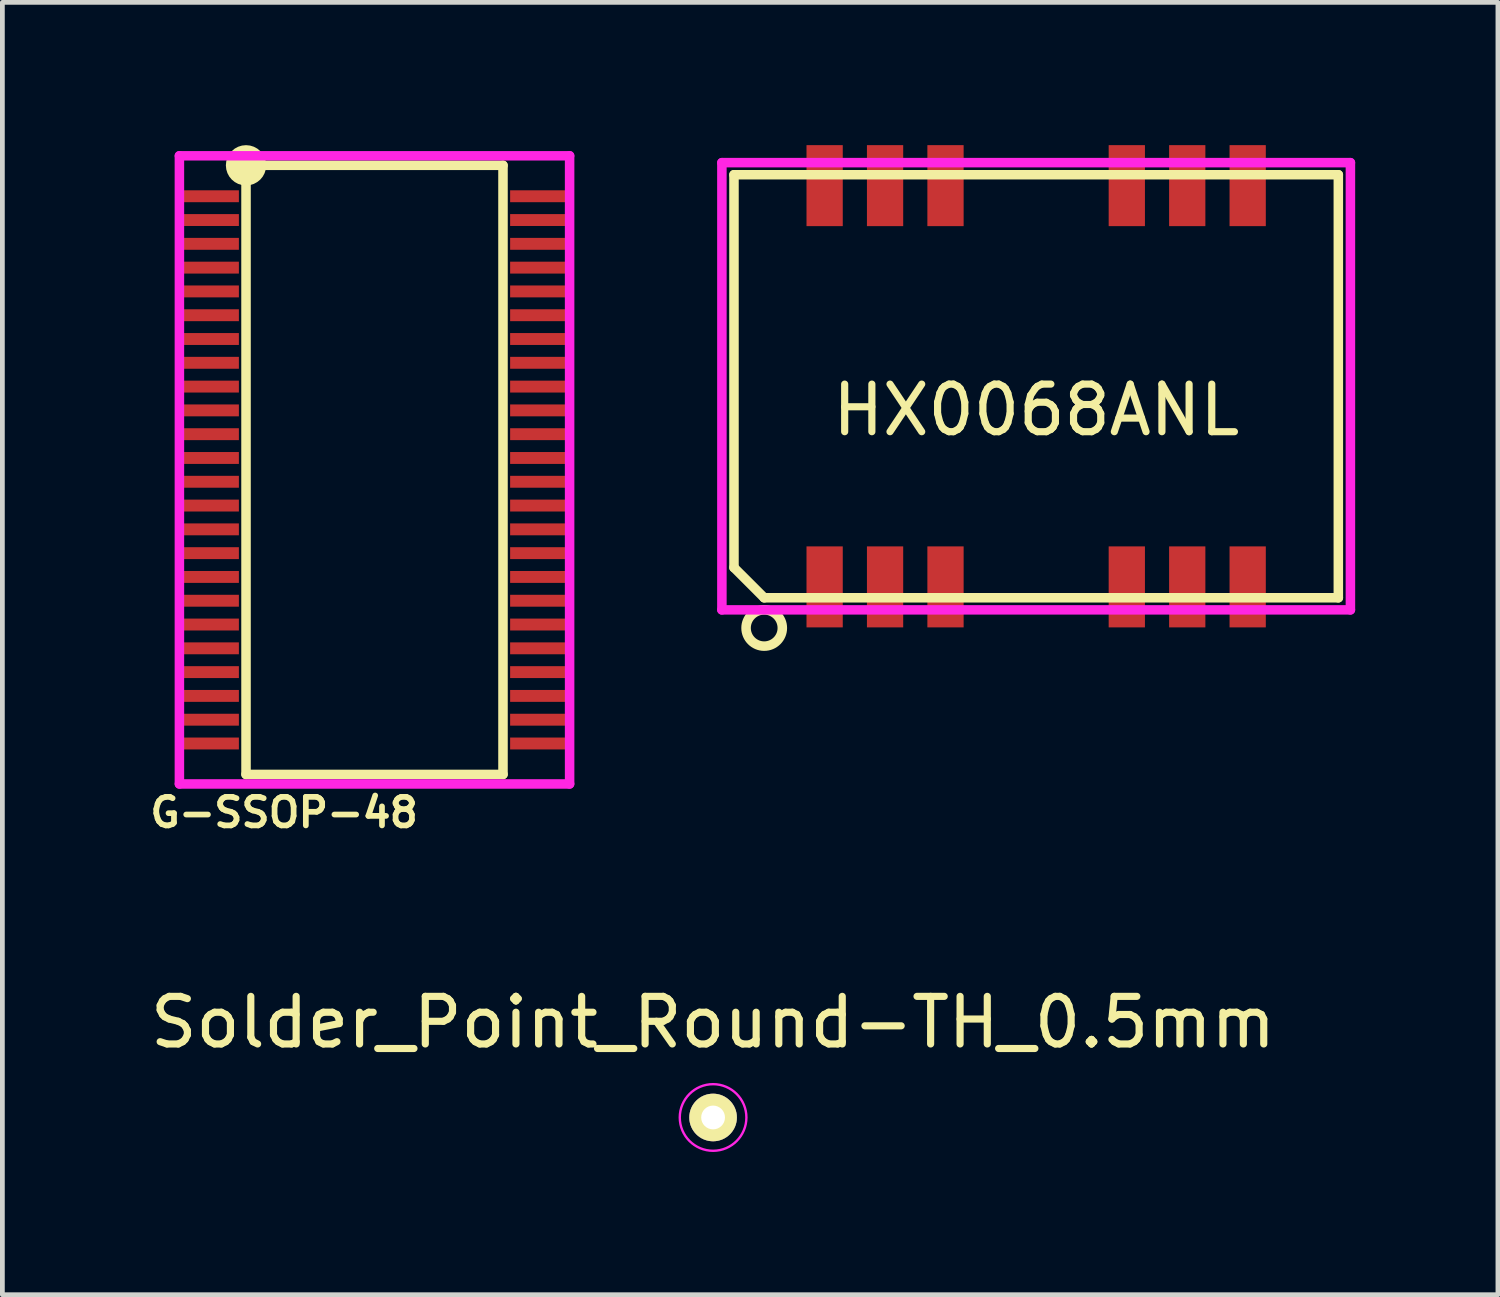
<source format=kicad_pcb>
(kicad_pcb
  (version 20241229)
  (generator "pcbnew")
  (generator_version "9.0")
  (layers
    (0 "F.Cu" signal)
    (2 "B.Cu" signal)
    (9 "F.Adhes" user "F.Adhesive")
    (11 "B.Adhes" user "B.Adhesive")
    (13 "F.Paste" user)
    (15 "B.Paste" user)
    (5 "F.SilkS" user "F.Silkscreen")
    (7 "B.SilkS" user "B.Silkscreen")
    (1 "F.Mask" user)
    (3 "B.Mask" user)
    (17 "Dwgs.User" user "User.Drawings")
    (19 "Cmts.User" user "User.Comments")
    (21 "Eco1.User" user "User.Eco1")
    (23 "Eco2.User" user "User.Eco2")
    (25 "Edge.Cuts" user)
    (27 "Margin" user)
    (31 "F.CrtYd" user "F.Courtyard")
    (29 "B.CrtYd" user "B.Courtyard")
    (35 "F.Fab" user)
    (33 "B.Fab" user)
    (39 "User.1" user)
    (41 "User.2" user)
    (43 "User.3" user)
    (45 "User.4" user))
  (footprint "G-SSOP-48"
    (layer "F.Cu")
    (at 4.82 6.824)
    (property "Reference" "G-SSOP-48" (at -1.9 7.2 0) (layer "F.SilkS") (effects (font (size 0.6 0.6) (thickness 0.12))))
    (attr through_hole)
    (fp_line (start -2.7 -6.4) (end 2.7 -6.4) (stroke (width 0.2) (type solid)) (layer "F.SilkS"))
    (fp_line (start -2.7 6.4) (end -2.7 -6.4) (stroke (width 0.2) (type solid)) (layer "F.SilkS"))
    (fp_line (start 2.7 -6.4) (end 2.7 6.4) (stroke (width 0.2) (type solid)) (layer "F.SilkS"))
    (fp_line (start 2.7 6.4) (end -2.7 6.4) (stroke (width 0.2) (type solid)) (layer "F.SilkS"))
    (fp_circle (center -2.7 -6.4) (end -2.9 -6.5) (stroke (width 0.4) (type solid)) (fill no) (layer "F.SilkS"))
    (fp_line (start -4.1 -6.6) (end 4.1 -6.6) (stroke (width 0.2) (type solid)) (layer "F.CrtYd"))
    (fp_line (start -4.1 6.6) (end -4.1 -6.6) (stroke (width 0.2) (type solid)) (layer "F.CrtYd"))
    (fp_line (start 4.1 -6.6) (end 4.1 6.6) (stroke (width 0.2) (type solid)) (layer "F.CrtYd"))
    (fp_line (start 4.1 6.6) (end -4.1 6.6) (stroke (width 0.2) (type solid)) (layer "F.CrtYd"))
    (pad "1" smd rect (at -3.475 -5.75) (size 1.25 0.25) (layers "F.Cu" "F.Mask" "F.Paste"))
    (pad "2" smd rect (at -3.475 -5.25) (size 1.25 0.25) (layers "F.Cu" "F.Mask" "F.Paste"))
    (pad "3" smd rect (at -3.475 -4.75) (size 1.25 0.25) (layers "F.Cu" "F.Mask" "F.Paste"))
    (pad "4" smd rect (at -3.475 -4.25) (size 1.25 0.25) (layers "F.Cu" "F.Mask" "F.Paste"))
    (pad "5" smd rect (at -3.475 -3.75) (size 1.25 0.25) (layers "F.Cu" "F.Mask" "F.Paste"))
    (pad "6" smd rect (at -3.475 -3.25) (size 1.25 0.25) (layers "F.Cu" "F.Mask" "F.Paste"))
    (pad "7" smd rect (at -3.475 -2.75) (size 1.25 0.25) (layers "F.Cu" "F.Mask" "F.Paste"))
    (pad "8" smd rect (at -3.475 -2.25) (size 1.25 0.25) (layers "F.Cu" "F.Mask" "F.Paste"))
    (pad "9" smd rect (at -3.475 -1.75) (size 1.25 0.25) (layers "F.Cu" "F.Mask" "F.Paste"))
    (pad "10" smd rect (at -3.475 -1.25) (size 1.25 0.25) (layers "F.Cu" "F.Mask" "F.Paste"))
    (pad "11" smd rect (at -3.475 -0.75) (size 1.25 0.25) (layers "F.Cu" "F.Mask" "F.Paste"))
    (pad "12" smd rect (at -3.475 -0.25) (size 1.25 0.25) (layers "F.Cu" "F.Mask" "F.Paste"))
    (pad "13" smd rect (at -3.475 0.25) (size 1.25 0.25) (layers "F.Cu" "F.Mask" "F.Paste"))
    (pad "14" smd rect (at -3.475 0.75) (size 1.25 0.25) (layers "F.Cu" "F.Mask" "F.Paste"))
    (pad "15" smd rect (at -3.475 1.25) (size 1.25 0.25) (layers "F.Cu" "F.Mask" "F.Paste"))
    (pad "16" smd rect (at -3.475 1.75) (size 1.25 0.25) (layers "F.Cu" "F.Mask" "F.Paste"))
    (pad "17" smd rect (at -3.475 2.25) (size 1.25 0.25) (layers "F.Cu" "F.Mask" "F.Paste"))
    (pad "18" smd rect (at -3.475 2.75) (size 1.25 0.25) (layers "F.Cu" "F.Mask" "F.Paste"))
    (pad "19" smd rect (at -3.475 3.25) (size 1.25 0.25) (layers "F.Cu" "F.Mask" "F.Paste"))
    (pad "20" smd rect (at -3.475 3.75) (size 1.25 0.25) (layers "F.Cu" "F.Mask" "F.Paste"))
    (pad "21" smd rect (at -3.475 4.25) (size 1.25 0.25) (layers "F.Cu" "F.Mask" "F.Paste"))
    (pad "22" smd rect (at -3.475 4.75) (size 1.25 0.25) (layers "F.Cu" "F.Mask" "F.Paste"))
    (pad "23" smd rect (at -3.475 5.25) (size 1.25 0.25) (layers "F.Cu" "F.Mask" "F.Paste"))
    (pad "24" smd rect (at -3.475 5.75) (size 1.25 0.25) (layers "F.Cu" "F.Mask" "F.Paste"))
    (pad "25" smd rect (at 3.475 5.75) (size 1.25 0.25) (layers "F.Cu" "F.Mask" "F.Paste"))
    (pad "26" smd rect (at 3.475 5.25) (size 1.25 0.25) (layers "F.Cu" "F.Mask" "F.Paste"))
    (pad "27" smd rect (at 3.475 4.75) (size 1.25 0.25) (layers "F.Cu" "F.Mask" "F.Paste"))
    (pad "28" smd rect (at 3.475 4.25) (size 1.25 0.25) (layers "F.Cu" "F.Mask" "F.Paste"))
    (pad "29" smd rect (at 3.475 3.75) (size 1.25 0.25) (layers "F.Cu" "F.Mask" "F.Paste"))
    (pad "30" smd rect (at 3.475 3.25) (size 1.25 0.25) (layers "F.Cu" "F.Mask" "F.Paste"))
    (pad "31" smd rect (at 3.475 2.75) (size 1.25 0.25) (layers "F.Cu" "F.Mask" "F.Paste"))
    (pad "32" smd rect (at 3.475 2.25) (size 1.25 0.25) (layers "F.Cu" "F.Mask" "F.Paste"))
    (pad "33" smd rect (at 3.475 1.75) (size 1.25 0.25) (layers "F.Cu" "F.Mask" "F.Paste"))
    (pad "34" smd rect (at 3.475 1.25) (size 1.25 0.25) (layers "F.Cu" "F.Mask" "F.Paste"))
    (pad "35" smd rect (at 3.475 0.75) (size 1.25 0.25) (layers "F.Cu" "F.Mask" "F.Paste"))
    (pad "36" smd rect (at 3.475 0.25) (size 1.25 0.25) (layers "F.Cu" "F.Mask" "F.Paste"))
    (pad "37" smd rect (at 3.475 -0.25) (size 1.25 0.25) (layers "F.Cu" "F.Mask" "F.Paste"))
    (pad "38" smd rect (at 3.475 -0.75) (size 1.25 0.25) (layers "F.Cu" "F.Mask" "F.Paste"))
    (pad "39" smd rect (at 3.475 -1.25) (size 1.25 0.25) (layers "F.Cu" "F.Mask" "F.Paste"))
    (pad "40" smd rect (at 3.475 -1.75) (size 1.25 0.25) (layers "F.Cu" "F.Mask" "F.Paste"))
    (pad "41" smd rect (at 3.475 -2.25) (size 1.25 0.25) (layers "F.Cu" "F.Mask" "F.Paste"))
    (pad "42" smd rect (at 3.475 -2.75) (size 1.25 0.25) (layers "F.Cu" "F.Mask" "F.Paste"))
    (pad "43" smd rect (at 3.475 -3.25) (size 1.25 0.25) (layers "F.Cu" "F.Mask" "F.Paste"))
    (pad "44" smd rect (at 3.475 -3.75) (size 1.25 0.25) (layers "F.Cu" "F.Mask" "F.Paste"))
    (pad "45" smd rect (at 3.475 -4.25) (size 1.25 0.25) (layers "F.Cu" "F.Mask" "F.Paste"))
    (pad "46" smd rect (at 3.475 -4.75) (size 1.25 0.25) (layers "F.Cu" "F.Mask" "F.Paste"))
    (pad "47" smd rect (at 3.475 -5.25) (size 1.25 0.25) (layers "F.Cu" "F.Mask" "F.Paste"))
    (pad "48" smd rect (at 3.475 -5.75) (size 1.25 0.25) (layers "F.Cu" "F.Mask" "F.Paste")))
  (footprint "Solder_Point_Round-TH_0.5mm"
    (layer "F.Cu")
    (at 11.935 20.433)
    (property "Reference" "Solder_Point_Round-TH_0.5mm" (at 0 -2 0) (layer "F.SilkS") (effects (font (size 1 1) (thickness 0.15))))
    (attr exclude_from_pos_files exclude_from_bom)
    (fp_circle (center 0 0) (end 0.7 0) (stroke (width 0.05) (type solid)) (fill no) (layer "F.CrtYd"))
    (pad "1" thru_hole circle (at 0 0) (size 1 1) (drill 0.5) (layers "*.Cu" "*.Mask" "F.SilkS")))
  (footprint "HX0068ANL"
    (layer "F.Cu")
    (at 18.724 5.067)
    (property "Reference" "HX0068ANL" (at 0 0.5 0) (layer "F.SilkS") (effects (font (size 1 1) (thickness 0.15))))
    (attr through_hole)
    (fp_line (start -6.35 -4.445) (end 6.35 -4.445) (stroke (width 0.2) (type solid)) (layer "F.SilkS"))
    (fp_line (start -6.35 3.81) (end -6.35 -4.445) (stroke (width 0.2) (type solid)) (layer "F.SilkS"))
    (fp_line (start -5.715 4.445) (end -6.35 3.81) (stroke (width 0.2) (type solid)) (layer "F.SilkS"))
    (fp_line (start 6.35 -4.445) (end 6.35 4.445) (stroke (width 0.2) (type solid)) (layer "F.SilkS"))
    (fp_line (start 6.35 4.445) (end -5.715 4.445) (stroke (width 0.2) (type solid)) (layer "F.SilkS"))
    (fp_circle (center -5.715 5.08) (end -6.096 5.08) (stroke (width 0.2) (type solid)) (fill no) (layer "F.SilkS"))
    (fp_line (start -6.604 -4.699) (end 6.604 -4.699) (stroke (width 0.2) (type solid)) (layer "F.CrtYd"))
    (fp_line (start -6.604 4.699) (end -6.604 -4.699) (stroke (width 0.2) (type solid)) (layer "F.CrtYd"))
    (fp_line (start 6.604 -4.699) (end 6.604 4.699) (stroke (width 0.2) (type solid)) (layer "F.CrtYd"))
    (fp_line (start 6.604 4.699) (end -6.604 4.699) (stroke (width 0.2) (type solid)) (layer "F.CrtYd"))
    (pad "1" smd rect (at -4.445 4.216) (size 0.762 1.702) (layers "F.Cu" "F.Mask" "F.Paste"))
    (pad "2" smd rect (at -3.175 4.216) (size 0.762 1.702) (layers "F.Cu" "F.Mask" "F.Paste"))
    (pad "3" smd rect (at -1.905 4.216) (size 0.762 1.702) (layers "F.Cu" "F.Mask" "F.Paste"))
    (pad "4" smd rect (at 1.905 4.216) (size 0.762 1.702) (layers "F.Cu" "F.Mask" "F.Paste"))
    (pad "5" smd rect (at 3.175 4.216) (size 0.762 1.702) (layers "F.Cu" "F.Mask" "F.Paste"))
    (pad "6" smd rect (at 4.445 4.216) (size 0.762 1.702) (layers "F.Cu" "F.Mask" "F.Paste"))
    (pad "7" smd rect (at 4.445 -4.216) (size 0.762 1.702) (layers "F.Cu" "F.Mask" "F.Paste"))
    (pad "8" smd rect (at 3.175 -4.216) (size 0.762 1.702) (layers "F.Cu" "F.Mask" "F.Paste"))
    (pad "9" smd rect (at 1.905 -4.216) (size 0.762 1.702) (layers "F.Cu" "F.Mask" "F.Paste"))
    (pad "10" smd rect (at -1.905 -4.216) (size 0.762 1.702) (layers "F.Cu" "F.Mask" "F.Paste"))
    (pad "11" smd rect (at -3.175 -4.216) (size 0.762 1.702) (layers "F.Cu" "F.Mask" "F.Paste"))
    (pad "12" smd rect (at -4.445 -4.216) (size 0.762 1.702) (layers "F.Cu" "F.Mask" "F.Paste")))
  (gr_rect
    (start -3 -3)
    (end 28.428 24.158)
    (stroke (width 0.1) (type default))
    (fill no)
    (layer "Edge.Cuts")))
</source>
